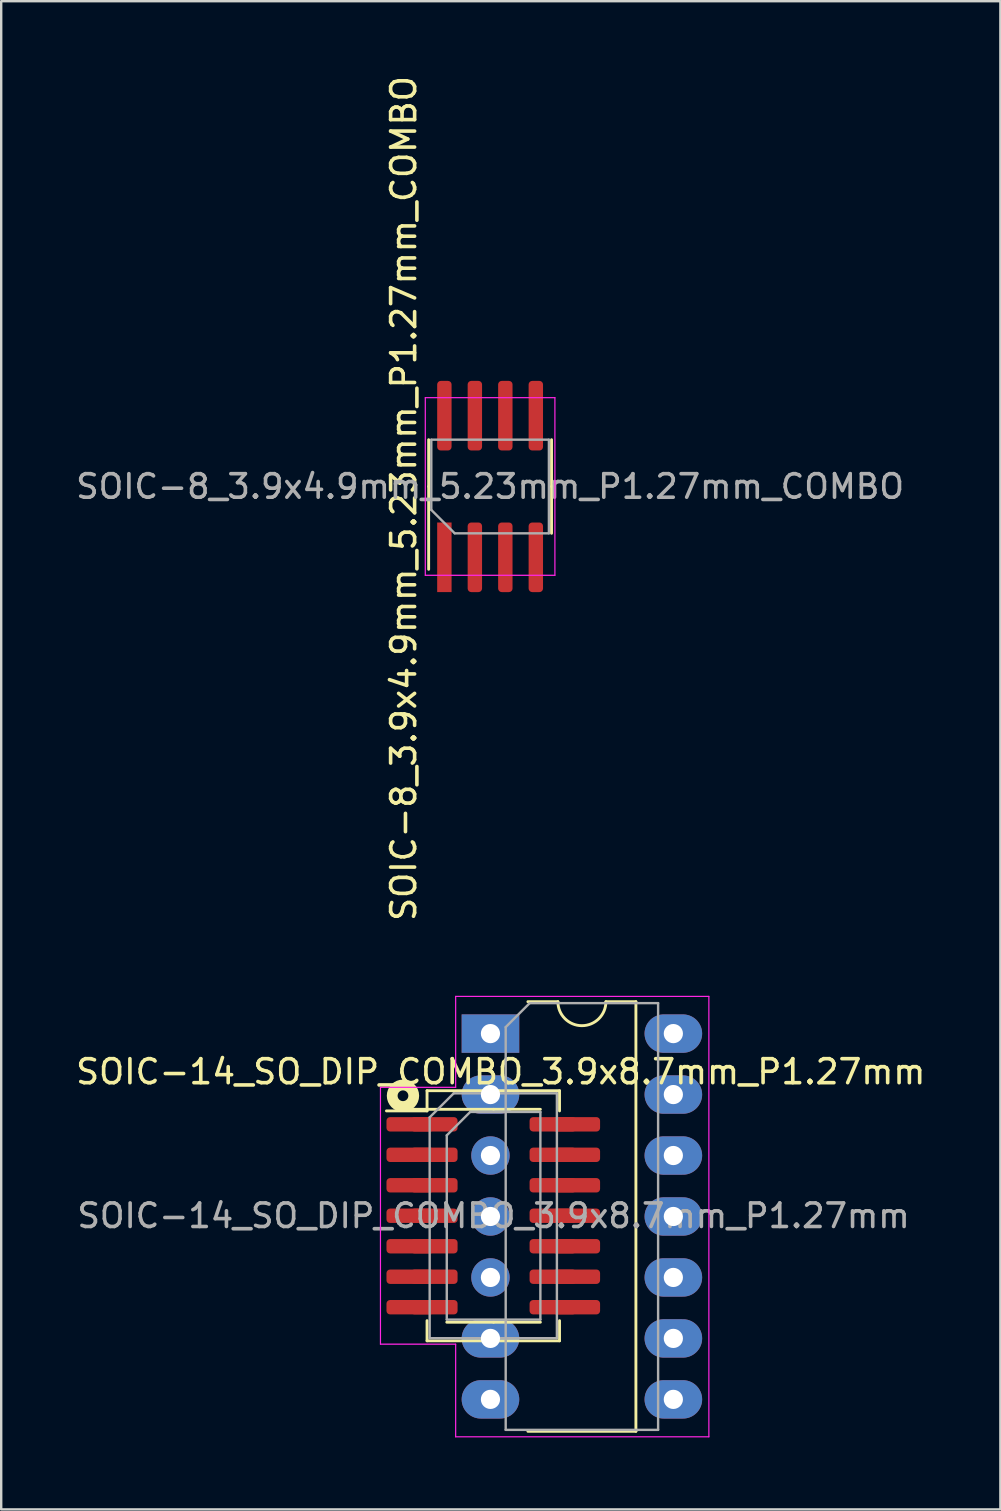
<source format=kicad_pcb>
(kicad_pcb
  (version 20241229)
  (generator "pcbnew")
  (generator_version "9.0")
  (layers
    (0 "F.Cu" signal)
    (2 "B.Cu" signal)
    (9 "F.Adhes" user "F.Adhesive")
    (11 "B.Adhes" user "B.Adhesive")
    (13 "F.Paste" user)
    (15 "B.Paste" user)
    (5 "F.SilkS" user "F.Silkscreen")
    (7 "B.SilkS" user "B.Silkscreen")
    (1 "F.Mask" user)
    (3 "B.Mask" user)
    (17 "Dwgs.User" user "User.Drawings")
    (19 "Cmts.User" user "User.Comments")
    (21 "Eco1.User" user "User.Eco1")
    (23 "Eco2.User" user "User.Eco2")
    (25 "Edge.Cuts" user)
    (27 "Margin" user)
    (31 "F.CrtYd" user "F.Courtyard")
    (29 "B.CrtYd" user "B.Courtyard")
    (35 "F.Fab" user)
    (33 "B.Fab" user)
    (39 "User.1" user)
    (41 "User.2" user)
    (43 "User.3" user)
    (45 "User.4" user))
  (footprint "SOIC-8_3.9x4.9mm_5.23mm_P1.27mm_COMBO"
    (layer "F.Cu")
    (at 17.37 17.22)
    (property "Reference" "SOIC-8_3.9x4.9mm_5.23mm_P1.27mm_COMBO" (at -3.6 0.5 90) (layer "F.SilkS") (effects (font (size 1 1) (thickness 0.15))))
    (attr smd)
    (fp_line (start -2.56 0) (end -2.56 -1.95) (stroke (width 0.12) (type solid)) (layer "F.SilkS"))
    (fp_line (start -2.56 0) (end -2.56 3.45) (stroke (width 0.12) (type solid)) (layer "F.SilkS"))
    (fp_line (start 2.56 0) (end 2.56 -1.95) (stroke (width 0.12) (type solid)) (layer "F.SilkS"))
    (fp_line (start 2.56 0) (end 2.56 1.95) (stroke (width 0.12) (type solid)) (layer "F.SilkS"))
    (fp_line (start -2.7 -3.7) (end -2.7 3.7) (stroke (width 0.05) (type solid)) (layer "F.CrtYd"))
    (fp_line (start -2.7 3.7) (end 2.7 3.7) (stroke (width 0.05) (type solid)) (layer "F.CrtYd"))
    (fp_line (start 2.7 -3.7) (end -2.7 -3.7) (stroke (width 0.05) (type solid)) (layer "F.CrtYd"))
    (fp_line (start 2.7 3.7) (end 2.7 -3.7) (stroke (width 0.05) (type solid)) (layer "F.CrtYd"))
    (fp_line (start -2.45 -1.95) (end 2.45 -1.95) (stroke (width 0.1) (type solid)) (layer "F.Fab"))
    (fp_line (start -2.45 0.975) (end -2.45 -1.95) (stroke (width 0.1) (type solid)) (layer "F.Fab"))
    (fp_line (start -1.475 1.95) (end -2.45 0.975) (stroke (width 0.1) (type solid)) (layer "F.Fab"))
    (fp_line (start 2.45 -1.95) (end 2.45 1.95) (stroke (width 0.1) (type solid)) (layer "F.Fab"))
    (fp_line (start 2.45 1.95) (end -1.475 1.95) (stroke (width 0.1) (type solid)) (layer "F.Fab"))
    (fp_text user "${REFERENCE}" (at 0 0 180) (layer "F.Fab") (effects (font (size 0.98 0.98) (thickness 0.15))))
    (pad "1" smd rect (at -1.905 2.95 90) (size 2.9 0.6) (layers "F.Cu" "F.Mask" "F.Paste"))
    (pad "2" smd roundrect (at -0.635 2.95 90) (size 2.9 0.6) (layers "F.Cu" "F.Mask" "F.Paste") (roundrect_rratio 0.25))
    (pad "3" smd roundrect (at 0.635 2.95 90) (size 2.9 0.6) (layers "F.Cu" "F.Mask" "F.Paste") (roundrect_rratio 0.25))
    (pad "4" smd roundrect (at 1.905 2.95 90) (size 2.9 0.6) (layers "F.Cu" "F.Mask" "F.Paste") (roundrect_rratio 0.25))
    (pad "5" smd roundrect (at 1.905 -2.95 90) (size 2.9 0.6) (layers "F.Cu" "F.Mask" "F.Paste") (roundrect_rratio 0.25))
    (pad "6" smd roundrect (at 0.635 -2.95 90) (size 2.9 0.6) (layers "F.Cu" "F.Mask" "F.Paste") (roundrect_rratio 0.25))
    (pad "7" smd roundrect (at -0.635 -2.95 90) (size 2.9 0.6) (layers "F.Cu" "F.Mask" "F.Paste") (roundrect_rratio 0.25))
    (pad "8" smd roundrect (at -1.905 -2.95 90) (size 2.9 0.6) (layers "F.Cu" "F.Mask" "F.Paste") (roundrect_rratio 0.25)))
  (footprint "SOIC-14_SO_DIP_COMBO_3.9x8.7mm_P1.27mm"
    (layer "F.Cu")
    (at 17.515 47.605)
    (property "Reference" "SOIC-14_SO_DIP_COMBO_3.9x8.7mm_P1.27mm" (at 0.3 -6 0) (layer "F.SilkS") (effects (font (size 1 1) (thickness 0.15))))
    (attr smd)
    (fp_line (start -2.772 -5.21) (end -2.772 -4.37) (stroke (width 0.12) (type solid)) (layer "F.SilkS"))
    (fp_line (start -2.772 -4.37) (end -4.463 -4.37) (stroke (width 0.12) (type solid)) (layer "F.SilkS"))
    (fp_line (start -2.772 5.21) (end -2.772 4.37) (stroke (width 0.12) (type solid)) (layer "F.SilkS"))
    (fp_line (start -0.013 -5.21) (end -2.772 -5.21) (stroke (width 0.12) (type solid)) (layer "F.SilkS"))
    (fp_line (start -0.013 -5.21) (end 2.748 -5.21) (stroke (width 0.12) (type solid)) (layer "F.SilkS"))
    (fp_line (start -0.013 5.21) (end -2.772 5.21) (stroke (width 0.12) (type solid)) (layer "F.SilkS"))
    (fp_line (start -0.013 5.21) (end 2.748 5.21) (stroke (width 0.12) (type solid)) (layer "F.SilkS"))
    (fp_line (start 0 -4.435) (end -3.45 -4.435) (stroke (width 0.12) (type solid)) (layer "F.SilkS"))
    (fp_line (start 0 -4.435) (end 1.95 -4.435) (stroke (width 0.12) (type solid)) (layer "F.SilkS"))
    (fp_line (start 0 4.435) (end -1.95 4.435) (stroke (width 0.12) (type solid)) (layer "F.SilkS"))
    (fp_line (start 0 4.435) (end 1.95 4.435) (stroke (width 0.12) (type solid)) (layer "F.SilkS"))
    (fp_line (start 1.43 8.98) (end 5.93 8.98) (stroke (width 0.12) (type solid)) (layer "F.SilkS"))
    (fp_line (start 2.68 -8.92) (end 1.43 -8.92) (stroke (width 0.12) (type solid)) (layer "F.SilkS"))
    (fp_line (start 2.748 -5.21) (end 2.748 -4.37) (stroke (width 0.12) (type solid)) (layer "F.SilkS"))
    (fp_line (start 2.748 5.21) (end 2.748 4.37) (stroke (width 0.12) (type solid)) (layer "F.SilkS"))
    (fp_line (start 5.93 -8.92) (end 4.68 -8.92) (stroke (width 0.12) (type solid)) (layer "F.SilkS"))
    (fp_line (start 5.93 8.98) (end 5.93 -8.92) (stroke (width 0.12) (type solid)) (layer "F.SilkS"))
    (fp_arc (start 4.68 -8.92) (mid 3.68 -7.92) (end 2.68 -8.92) (stroke (width 0.12) (type solid)) (layer "F.SilkS"))
    (fp_circle (center -3.775 -5) (end -3.575 -4.9) (stroke (width 0.45) (type solid)) (fill no) (layer "F.SilkS"))
    (fp_line (start -4.713 -5.35) (end -4.713 5.35) (stroke (width 0.05) (type solid)) (layer "F.CrtYd"))
    (fp_line (start -4.713 5.35) (end -1.58 5.35) (stroke (width 0.05) (type solid)) (layer "F.CrtYd"))
    (fp_line (start -1.58 -9.14) (end -1.58 -5.35) (stroke (width 0.05) (type default)) (layer "F.CrtYd"))
    (fp_line (start -1.58 -5.35) (end -4.713 -5.35) (stroke (width 0.05) (type solid)) (layer "F.CrtYd"))
    (fp_line (start -1.58 5.35) (end -1.58 9.21) (stroke (width 0.05) (type solid)) (layer "F.CrtYd"))
    (fp_line (start -1.58 9.21) (end 8.97 9.21) (stroke (width 0.05) (type solid)) (layer "F.CrtYd"))
    (fp_line (start 8.97 -9.14) (end -1.58 -9.14) (stroke (width 0.05) (type solid)) (layer "F.CrtYd"))
    (fp_line (start 8.97 9.21) (end 8.97 -9.14) (stroke (width 0.05) (type solid)) (layer "F.CrtYd"))
    (fp_line (start -2.663 -4.1) (end -1.663 -5.1) (stroke (width 0.1) (type solid)) (layer "F.Fab"))
    (fp_line (start -2.663 5.1) (end -2.663 -4.1) (stroke (width 0.1) (type solid)) (layer "F.Fab"))
    (fp_line (start -1.95 -3.35) (end -0.975 -4.325) (stroke (width 0.1) (type solid)) (layer "F.Fab"))
    (fp_line (start -1.95 4.325) (end -1.95 -3.35) (stroke (width 0.1) (type solid)) (layer "F.Fab"))
    (fp_line (start -1.663 -5.1) (end 2.638 -5.1) (stroke (width 0.1) (type solid)) (layer "F.Fab"))
    (fp_line (start -0.975 -4.325) (end 1.95 -4.325) (stroke (width 0.1) (type solid)) (layer "F.Fab"))
    (fp_line (start 0.505 -7.86) (end 1.505 -8.86) (stroke (width 0.1) (type solid)) (layer "F.Fab"))
    (fp_line (start 0.505 8.92) (end 0.505 -7.86) (stroke (width 0.1) (type solid)) (layer "F.Fab"))
    (fp_line (start 1.505 -8.86) (end 6.855 -8.86) (stroke (width 0.1) (type solid)) (layer "F.Fab"))
    (fp_line (start 1.95 -4.325) (end 1.95 4.325) (stroke (width 0.1) (type solid)) (layer "F.Fab"))
    (fp_line (start 1.95 4.325) (end -1.95 4.325) (stroke (width 0.1) (type solid)) (layer "F.Fab"))
    (fp_line (start 2.638 -5.1) (end 2.638 5.1) (stroke (width 0.1) (type solid)) (layer "F.Fab"))
    (fp_line (start 2.638 5.1) (end -2.663 5.1) (stroke (width 0.1) (type solid)) (layer "F.Fab"))
    (fp_line (start 6.855 -8.86) (end 6.855 8.92) (stroke (width 0.1) (type solid)) (layer "F.Fab"))
    (fp_line (start 6.855 8.92) (end 0.505 8.92) (stroke (width 0.1) (type solid)) (layer "F.Fab"))
    (fp_text user "${REFERENCE}" (at 0 0 0) (layer "F.Fab") (effects (font (size 0.98 0.98) (thickness 0.15))))
    (pad "1" smd roundrect (at -3.475 -3.81) (size 1.975 0.6) (layers "F.Cu" "F.Mask" "F.Paste") (roundrect_rratio 0.25))
    (pad "1" smd roundrect (at -2.475 -3.81) (size 1.95 0.6) (layers "F.Cu" "F.Mask" "F.Paste") (roundrect_rratio 0.25))
    (pad "1" thru_hole rect (at -0.13 -7.59) (size 2.4 1.6) (drill 0.8) (layers "*.Cu" "*.Mask"))
    (pad "2" smd roundrect (at -3.475 -2.54) (size 1.975 0.6) (layers "F.Cu" "F.Mask" "F.Paste") (roundrect_rratio 0.25))
    (pad "2" smd roundrect (at -2.475 -2.54) (size 1.95 0.6) (layers "F.Cu" "F.Mask" "F.Paste") (roundrect_rratio 0.25))
    (pad "2" thru_hole oval (at -0.13 -5.05) (size 2.4 1.6) (drill 0.8) (layers "*.Cu" "*.Mask"))
    (pad "3" smd roundrect (at -3.475 -1.27) (size 1.975 0.6) (layers "F.Cu" "F.Mask" "F.Paste") (roundrect_rratio 0.25))
    (pad "3" smd roundrect (at -2.475 -1.27) (size 1.95 0.6) (layers "F.Cu" "F.Mask" "F.Paste") (roundrect_rratio 0.25))
    (pad "3" thru_hole oval (at -0.13 -2.51) (size 1.6 1.6) (drill 0.8) (layers "*.Cu" "*.Mask"))
    (pad "4" smd roundrect (at -3.475 0) (size 1.975 0.6) (layers "F.Cu" "F.Mask" "F.Paste") (roundrect_rratio 0.25))
    (pad "4" smd roundrect (at -2.475 0) (size 1.95 0.6) (layers "F.Cu" "F.Mask" "F.Paste") (roundrect_rratio 0.25))
    (pad "4" thru_hole oval (at -0.13 0.03) (size 1.6 1.6) (drill 0.8) (layers "*.Cu" "*.Mask"))
    (pad "5" smd roundrect (at -3.475 1.27) (size 1.975 0.6) (layers "F.Cu" "F.Mask" "F.Paste") (roundrect_rratio 0.25))
    (pad "5" smd roundrect (at -2.475 1.27) (size 1.95 0.6) (layers "F.Cu" "F.Mask" "F.Paste") (roundrect_rratio 0.25))
    (pad "5" thru_hole oval (at -0.13 2.57) (size 1.6 1.6) (drill 0.8) (layers "*.Cu" "*.Mask"))
    (pad "6" smd roundrect (at -3.475 2.54) (size 1.975 0.6) (layers "F.Cu" "F.Mask" "F.Paste") (roundrect_rratio 0.25))
    (pad "6" smd roundrect (at -2.475 2.54) (size 1.95 0.6) (layers "F.Cu" "F.Mask" "F.Paste") (roundrect_rratio 0.25))
    (pad "6" thru_hole oval (at -0.13 5.11) (size 2.4 1.6) (drill 0.8) (layers "*.Cu" "*.Mask"))
    (pad "7" smd roundrect (at -3.475 3.81) (size 1.975 0.6) (layers "F.Cu" "F.Mask" "F.Paste") (roundrect_rratio 0.25))
    (pad "7" smd roundrect (at -2.475 3.81) (size 1.95 0.6) (layers "F.Cu" "F.Mask" "F.Paste") (roundrect_rratio 0.25))
    (pad "7" thru_hole oval (at -0.13 7.65) (size 2.4 1.6) (drill 0.8) (layers "*.Cu" "*.Mask"))
    (pad "8" smd roundrect (at 2.475 3.81) (size 1.95 0.6) (layers "F.Cu" "F.Mask" "F.Paste") (roundrect_rratio 0.25))
    (pad "8" smd roundrect (at 3.45 3.81) (size 1.975 0.6) (layers "F.Cu" "F.Mask" "F.Paste") (roundrect_rratio 0.25))
    (pad "8" thru_hole oval (at 7.49 7.65) (size 2.4 1.6) (drill 0.8) (layers "*.Cu" "*.Mask"))
    (pad "9" smd roundrect (at 2.475 2.54) (size 1.95 0.6) (layers "F.Cu" "F.Mask" "F.Paste") (roundrect_rratio 0.25))
    (pad "9" smd roundrect (at 3.45 2.54) (size 1.975 0.6) (layers "F.Cu" "F.Mask" "F.Paste") (roundrect_rratio 0.25))
    (pad "9" thru_hole oval (at 7.49 5.11) (size 2.4 1.6) (drill 0.8) (layers "*.Cu" "*.Mask"))
    (pad "10" smd roundrect (at 2.475 1.27) (size 1.95 0.6) (layers "F.Cu" "F.Mask" "F.Paste") (roundrect_rratio 0.25))
    (pad "10" smd roundrect (at 3.45 1.27) (size 1.975 0.6) (layers "F.Cu" "F.Mask" "F.Paste") (roundrect_rratio 0.25))
    (pad "10" thru_hole oval (at 7.49 2.57) (size 2.4 1.6) (drill 0.8) (layers "*.Cu" "*.Mask"))
    (pad "11" smd roundrect (at 2.475 0) (size 1.95 0.6) (layers "F.Cu" "F.Mask" "F.Paste") (roundrect_rratio 0.25))
    (pad "11" smd roundrect (at 3.45 0) (size 1.975 0.6) (layers "F.Cu" "F.Mask" "F.Paste") (roundrect_rratio 0.25))
    (pad "11" thru_hole oval (at 7.49 0.03) (size 2.4 1.6) (drill 0.8) (layers "*.Cu" "*.Mask"))
    (pad "12" smd roundrect (at 2.475 -1.27) (size 1.95 0.6) (layers "F.Cu" "F.Mask" "F.Paste") (roundrect_rratio 0.25))
    (pad "12" smd roundrect (at 3.45 -1.27) (size 1.975 0.6) (layers "F.Cu" "F.Mask" "F.Paste") (roundrect_rratio 0.25))
    (pad "12" thru_hole oval (at 7.49 -2.51) (size 2.4 1.6) (drill 0.8) (layers "*.Cu" "*.Mask"))
    (pad "13" smd roundrect (at 2.475 -2.54) (size 1.95 0.6) (layers "F.Cu" "F.Mask" "F.Paste") (roundrect_rratio 0.25))
    (pad "13" smd roundrect (at 3.45 -2.54) (size 1.975 0.6) (layers "F.Cu" "F.Mask" "F.Paste") (roundrect_rratio 0.25))
    (pad "13" thru_hole oval (at 7.49 -5.05) (size 2.4 1.6) (drill 0.8) (layers "*.Cu" "*.Mask"))
    (pad "14" smd roundrect (at 2.475 -3.81) (size 1.95 0.6) (layers "F.Cu" "F.Mask" "F.Paste") (roundrect_rratio 0.25))
    (pad "14" smd roundrect (at 3.45 -3.81) (size 1.975 0.6) (layers "F.Cu" "F.Mask" "F.Paste") (roundrect_rratio 0.25))
    (pad "14" thru_hole oval (at 7.49 -7.59) (size 2.4 1.6) (drill 0.8) (layers "*.Cu" "*.Mask")))
  (gr_rect
    (start -3 -3)
    (end 38.631 59.84)
    (stroke (width 0.1) (type default))
    (fill no)
    (layer "Edge.Cuts")))
</source>
